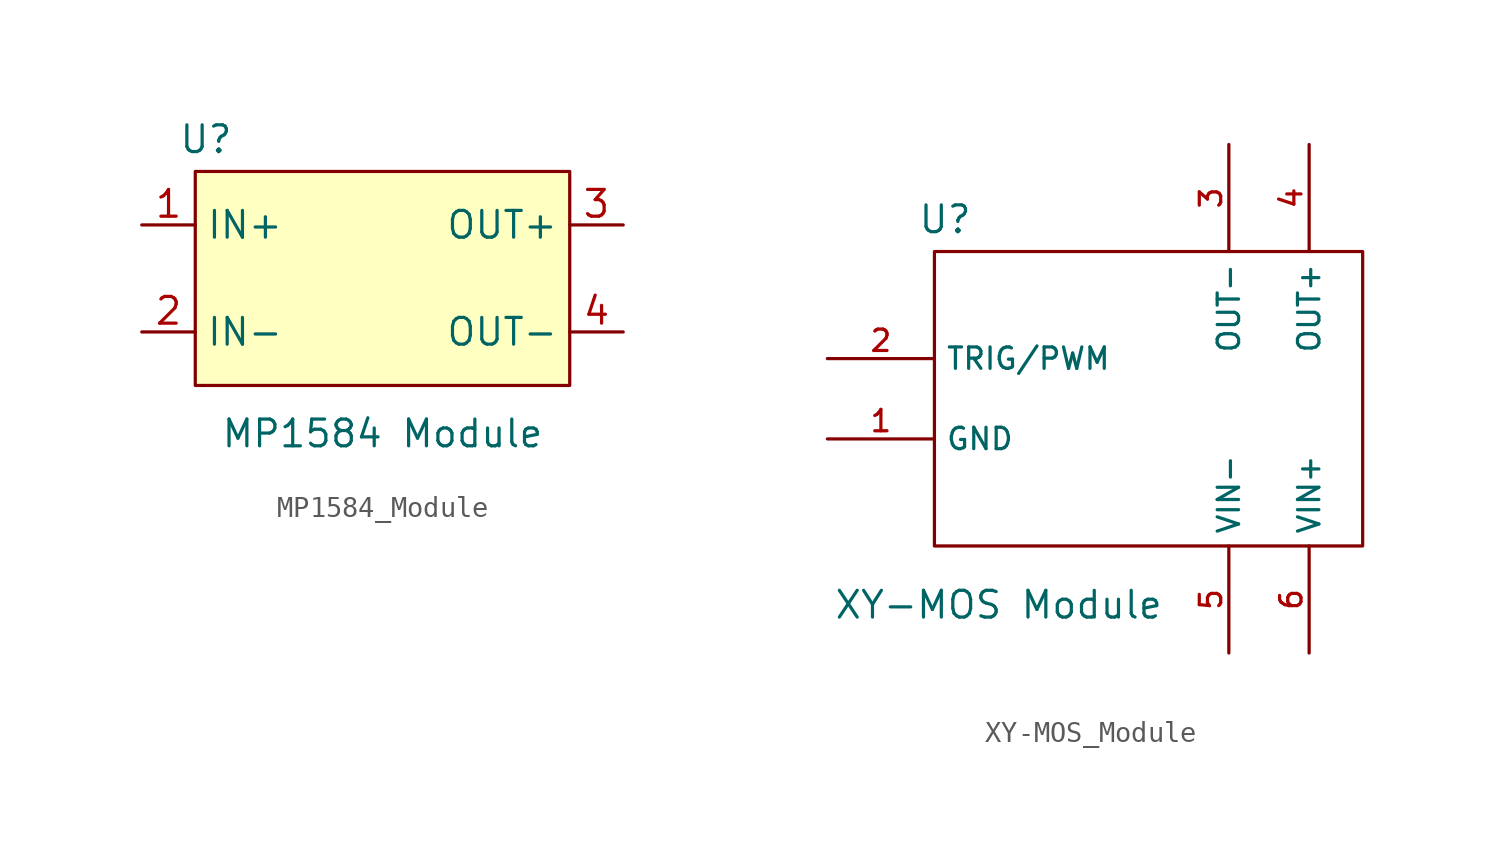
<source format=kicad_sym>
(kicad_symbol_lib
  (version 20241209)
  (generator "kicad_symbol_editor")
  (generator_version "9.0")
  (symbol "MP1584_Module"
    (property "Reference" "U"
      (at -8.382 6.604 0)
      (effects (font (size 1.27 1.27))))
    (property "Value" "MP1584 Module"
      (at 0 -7.366 0)
      (effects (font (size 1.27 1.27))))
    (symbol "MP1584_Module_1_0"
      (pin power_in line (at -11.43 2.54 0) (length 2.54) (name "IN+" (effects (font (size 1.27 1.27)))) (number "1" (effects (font (size 1.27 1.27)))))
      (pin power_in line (at -11.43 -2.54 0) (length 2.54) (name "IN-" (effects (font (size 1.27 1.27)))) (number "2" (effects (font (size 1.27 1.27)))))
      (pin power_out line (at 11.43 2.54 180) (length 2.54) (name "OUT+" (effects (font (size 1.27 1.27)))) (number "3" (effects (font (size 1.27 1.27)))))
      (pin passive line (at 11.43 -2.54 180) (length 2.54) (name "OUT-" (effects (font (size 1.27 1.27)))) (number "4" (effects (font (size 1.27 1.27))))))
    (symbol "MP1584_Module_1_1"
      (rectangle (start -8.89 5.08) (end 8.89 -5.08) (stroke (width 0) (type solid)) (fill (type background)))))
  (symbol "XY-MOS_Module"
    (property "Reference" "U"
      (at -9.652 9.144 0)
      (effects (font (size 1.27 1.27))))
    (property "Value" "XY-MOS Module"
      (at -7.112 -9.144 0)
      (effects (font (size 1.27 1.27))))
    (symbol "XY-MOS_Module_0_0"
      (pin input line (at -15.24 2.54 0) (length 5.08) (name "TRIG/PWM" (effects (font (size 1.016 1.016)))) (number "2" (effects (font (size 1.016 1.016)))))
      (pin input line (at -15.24 -1.27 0) (length 5.08) (name "GND" (effects (font (size 1.016 1.016)))) (number "1" (effects (font (size 1.016 1.016)))))
      (pin output line (at 3.81 12.7 270) (length 5.08) (name "OUT-" (effects (font (size 1.016 1.016)))) (number "3" (effects (font (size 1.016 1.016)))))
      (pin input line (at 3.81 -11.43 90) (length 5.08) (name "VIN-" (effects (font (size 1.016 1.016)))) (number "5" (effects (font (size 1.016 1.016)))))
      (pin output line (at 7.62 12.7 270) (length 5.08) (name "OUT+" (effects (font (size 1.016 1.016)))) (number "4" (effects (font (size 1.016 1.016)))))
      (pin input line (at 7.62 -11.43 90) (length 5.08) (name "VIN+" (effects (font (size 1.016 1.016)))) (number "6" (effects (font (size 1.016 1.016))))))
    (symbol "XY-MOS_Module_0_1"
      (rectangle (start -10.16 7.62) (end 10.16 -6.35) (stroke (width 0) (type default)) (fill (type none))))))
</source>
